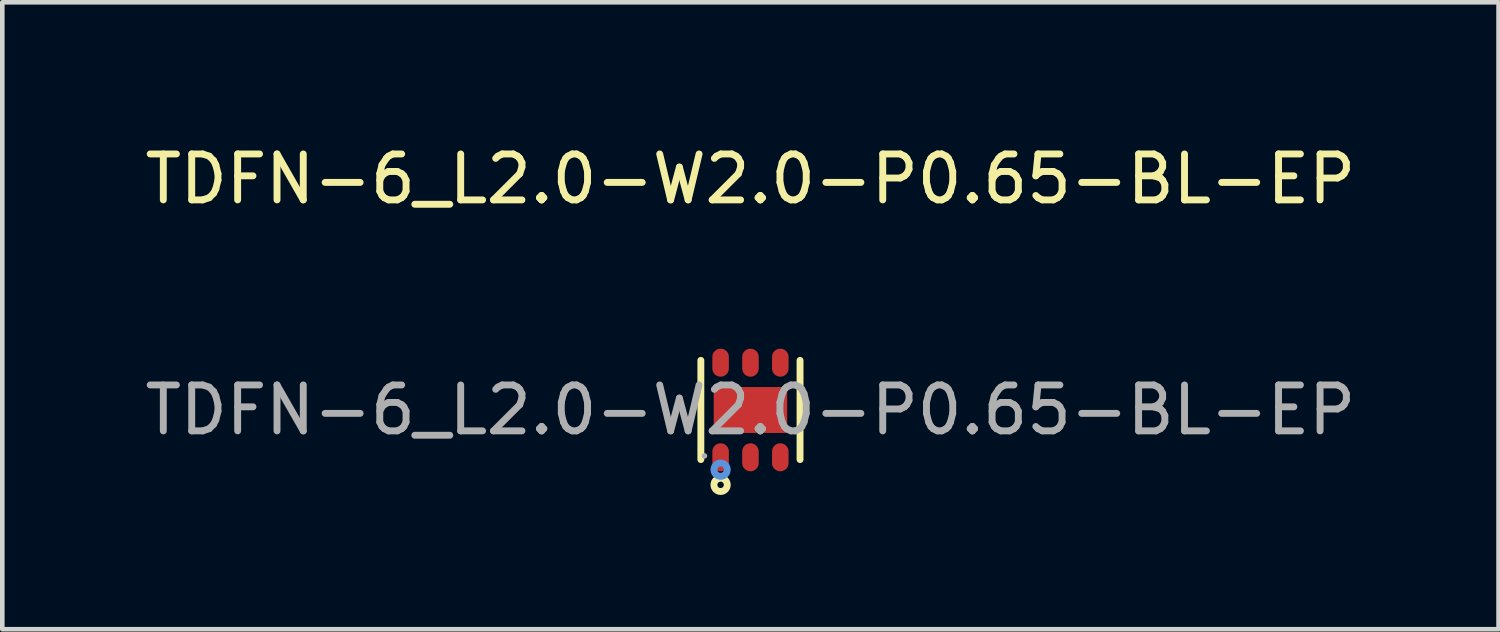
<source format=kicad_pcb>
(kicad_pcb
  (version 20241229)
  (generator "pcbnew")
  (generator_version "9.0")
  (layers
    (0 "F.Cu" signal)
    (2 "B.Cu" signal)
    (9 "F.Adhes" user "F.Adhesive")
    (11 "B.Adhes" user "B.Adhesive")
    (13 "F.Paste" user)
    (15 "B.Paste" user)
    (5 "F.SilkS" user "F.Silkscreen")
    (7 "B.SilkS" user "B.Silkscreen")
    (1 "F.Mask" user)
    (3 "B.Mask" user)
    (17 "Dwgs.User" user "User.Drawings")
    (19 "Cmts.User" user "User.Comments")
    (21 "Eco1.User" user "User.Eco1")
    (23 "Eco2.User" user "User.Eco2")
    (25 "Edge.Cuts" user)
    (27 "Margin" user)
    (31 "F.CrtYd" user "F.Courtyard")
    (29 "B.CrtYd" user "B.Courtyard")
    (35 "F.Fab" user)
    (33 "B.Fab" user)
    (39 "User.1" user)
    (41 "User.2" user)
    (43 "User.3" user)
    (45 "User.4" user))
  (footprint "TDFN-6_L2.0-W2.0-P0.65-BL-EP"
    (layer "F.Cu")
    (at 13.292 5.878)
    (property "Reference" "TDFN-6_L2.0-W2.0-P0.65-BL-EP" (at 0 -5.03 0) (layer "F.SilkS") (effects (font (size 1 1) (thickness 0.15))))
    (attr smd)
    (fp_line (start -1.08 1.08) (end -1.08 -1.08) (stroke (width 0.15) (type solid)) (layer "F.SilkS"))
    (fp_line (start 1.08 1.08) (end 1.08 -1.08) (stroke (width 0.15) (type solid)) (layer "F.SilkS"))
    (fp_circle (center -0.65 1.63) (end -0.58 1.63) (stroke (width 0.15) (type solid)) (fill no) (layer "F.SilkS"))
    (fp_circle (center -0.65 1.3) (end -0.58 1.3) (stroke (width 0.15) (type solid)) (fill no) (layer "Cmts.User"))
    (fp_circle (center -1 1) (end -0.97 1) (stroke (width 0.06) (type solid)) (fill no) (layer "F.Fab"))
    (fp_text user "${REFERENCE}" (at 0 0 0) (layer "F.Fab") (effects (font (size 1 1) (thickness 0.15))))
    (pad "1" smd oval (at -0.65 1.03) (size 0.36 0.61) (layers "F.Cu" "F.Mask" "F.Paste"))
    (pad "2" smd oval (at 0 1.03) (size 0.36 0.61) (layers "F.Cu" "F.Mask" "F.Paste"))
    (pad "3" smd oval (at 0.65 1.03) (size 0.36 0.61) (layers "F.Cu" "F.Mask" "F.Paste"))
    (pad "4" smd oval (at 0.65 -1.03) (size 0.36 0.61) (layers "F.Cu" "F.Mask" "F.Paste"))
    (pad "5" smd oval (at 0 -1.03) (size 0.36 0.61) (layers "F.Cu" "F.Mask" "F.Paste"))
    (pad "6" smd oval (at -0.65 -1.03) (size 0.36 0.61) (layers "F.Cu" "F.Mask" "F.Paste"))
    (pad "7" smd rect (at 0 0) (size 1.6 1) (layers "F.Cu" "F.Mask" "F.Paste")))
  (gr_rect
    (start -3 -3)
    (end 29.583 10.653)
    (stroke (width 0.1) (type default))
    (fill no)
    (layer "Edge.Cuts")))
</source>
